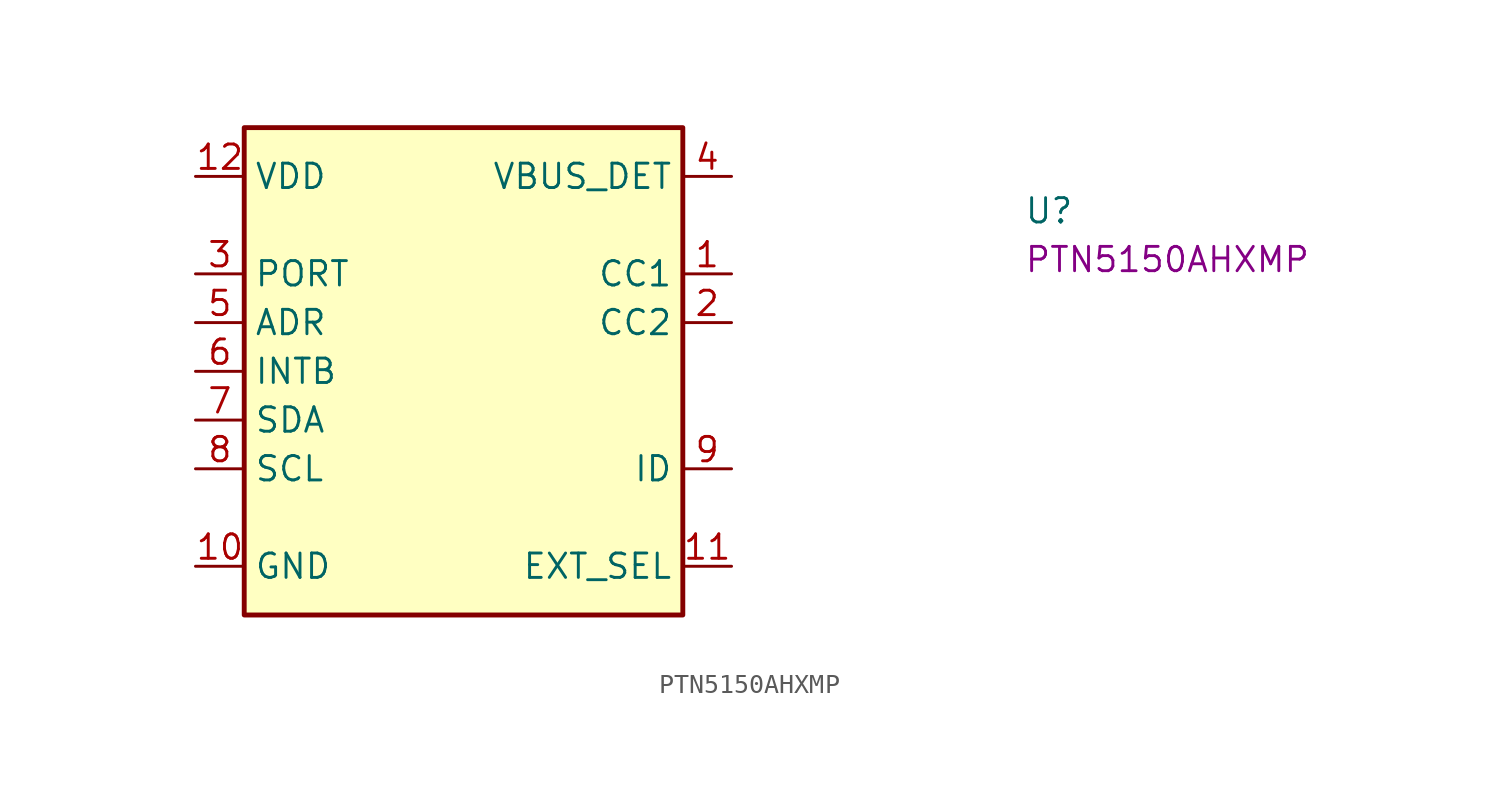
<source format=kicad_sym>
(kicad_symbol_lib
  (version 20220914)
  (generator kicad_symbol_editor)
  (symbol "PTN5150AHXMP"
    (property "Reference" "U"
      (at 43.18 -2.54 0)
      (effects (font (size 1.27 1.27) (thickness 0.15)) (justify left bottom)))
    (property "MPN" "PTN5150AHXMP"
      (at 43.18 -5.08 0)
      (effects (font (size 1.27 1.27) (thickness 0.15)) (justify left bottom)))
    (symbol "PTN5150AHXMP_1_1"
      (rectangle (start 2.54 2.54) (end 25.4 -22.86) (stroke (width 0.254) (type default)) (fill (type background)))
      (pin passive line (at 27.94 -5.08 180) (length 2.54) (name "CC1" (effects (font (size 1.27 1.27)))) (number "1" (effects (font (size 1.27 1.27)))))
      (pin passive line (at 0 -20.32 0) (length 2.54) (name "GND" (effects (font (size 1.27 1.27)))) (number "10" (effects (font (size 1.27 1.27)))))
      (pin passive line (at 27.94 -20.32 180) (length 2.54) (name "EXT_SEL" (effects (font (size 1.27 1.27)))) (number "11" (effects (font (size 1.27 1.27)))))
      (pin passive line (at 0 0 0) (length 2.54) (name "VDD" (effects (font (size 1.27 1.27)))) (number "12" (effects (font (size 1.27 1.27)))))
      (pin passive line (at 27.94 -7.62 180) (length 2.54) (name "CC2" (effects (font (size 1.27 1.27)))) (number "2" (effects (font (size 1.27 1.27)))))
      (pin passive line (at 0 -5.08 0) (length 2.54) (name "PORT" (effects (font (size 1.27 1.27)))) (number "3" (effects (font (size 1.27 1.27)))))
      (pin passive line (at 27.94 0 180) (length 2.54) (name "VBUS_DET" (effects (font (size 1.27 1.27)))) (number "4" (effects (font (size 1.27 1.27)))))
      (pin passive line (at 0 -7.62 0) (length 2.54) (name "ADR" (effects (font (size 1.27 1.27)))) (number "5" (effects (font (size 1.27 1.27)))) (alternate "CON_DET" passive line))
      (pin passive line (at 0 -10.16 0) (length 2.54) (name "INTB" (effects (font (size 1.27 1.27)))) (number "6" (effects (font (size 1.27 1.27)))) (alternate "OUT3" passive line))
      (pin passive line (at 0 -12.7 0) (length 2.54) (name "SDA" (effects (font (size 1.27 1.27)))) (number "7" (effects (font (size 1.27 1.27)))) (alternate "OUT1" passive line))
      (pin passive line (at 0 -15.24 0) (length 2.54) (name "SCL" (effects (font (size 1.27 1.27)))) (number "8" (effects (font (size 1.27 1.27)))) (alternate "OUT2" passive line))
      (pin passive line (at 27.94 -15.24 180) (length 2.54) (name "ID" (effects (font (size 1.27 1.27)))) (number "9" (effects (font (size 1.27 1.27))))))))
</source>
